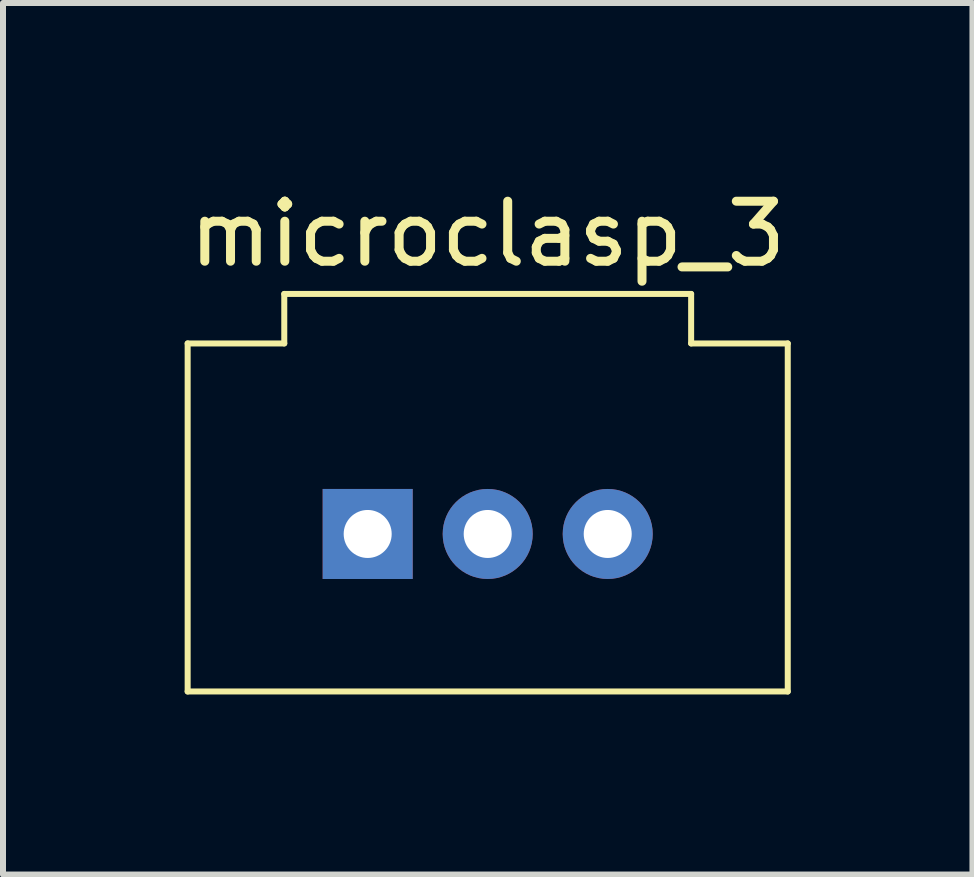
<source format=kicad_pcb>
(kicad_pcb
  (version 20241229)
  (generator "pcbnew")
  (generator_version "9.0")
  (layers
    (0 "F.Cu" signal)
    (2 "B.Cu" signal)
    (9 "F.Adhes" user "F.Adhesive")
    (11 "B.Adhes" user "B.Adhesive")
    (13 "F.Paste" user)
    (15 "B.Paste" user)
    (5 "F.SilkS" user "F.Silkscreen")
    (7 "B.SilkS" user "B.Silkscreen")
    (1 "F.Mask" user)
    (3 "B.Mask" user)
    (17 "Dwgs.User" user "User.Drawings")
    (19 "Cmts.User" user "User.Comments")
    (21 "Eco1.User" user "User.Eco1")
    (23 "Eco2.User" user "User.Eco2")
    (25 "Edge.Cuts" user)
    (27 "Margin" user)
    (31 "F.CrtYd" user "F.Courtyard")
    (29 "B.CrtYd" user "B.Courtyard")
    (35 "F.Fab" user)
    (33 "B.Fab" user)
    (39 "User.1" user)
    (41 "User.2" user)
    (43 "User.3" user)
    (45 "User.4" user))
  (footprint "microclasp_3"
    (layer "F.Cu")
    (at 5.077 5.848)
    (property "Reference" "microclasp_3" (at 0 -5 0) (layer "F.SilkS") (effects (font (size 1 1) (thickness 0.15))))
    (attr through_hole)
    (fp_line (start -5 -3.175) (end -3.39 -3.175) (stroke (width 0.1) (type solid)) (layer "F.SilkS"))
    (fp_line (start -5 2.625) (end -5 -3.175) (stroke (width 0.1) (type solid)) (layer "F.SilkS"))
    (fp_line (start -3.39 -4) (end 3.39 -4) (stroke (width 0.1) (type solid)) (layer "F.SilkS"))
    (fp_line (start -3.39 -3.175) (end -3.39 -4) (stroke (width 0.1) (type solid)) (layer "F.SilkS"))
    (fp_line (start 3.39 -4) (end 3.39 -3.175) (stroke (width 0.1) (type solid)) (layer "F.SilkS"))
    (fp_line (start 3.39 -3.175) (end 5 -3.175) (stroke (width 0.1) (type solid)) (layer "F.SilkS"))
    (fp_line (start 5 -3.175) (end 5 2.625) (stroke (width 0.1) (type solid)) (layer "F.SilkS"))
    (fp_line (start 5 2.625) (end -5 2.625) (stroke (width 0.1) (type solid)) (layer "F.SilkS"))
    (pad "1" thru_hole rect (at -2 0) (size 1.5 1.5) (drill 0.8) (layers "*.Cu" "*.Mask"))
    (pad "2" thru_hole circle (at 0 0) (size 1.5 1.5) (drill 0.8) (layers "*.Cu" "*.Mask"))
    (pad "3" thru_hole circle (at 2 0) (size 1.5 1.5) (drill 0.8) (layers "*.Cu" "*.Mask")))
  (gr_rect
    (start -3 -3)
    (end 13.155 11.523)
    (stroke (width 0.1) (type default))
    (fill no)
    (layer "Edge.Cuts")))
</source>
